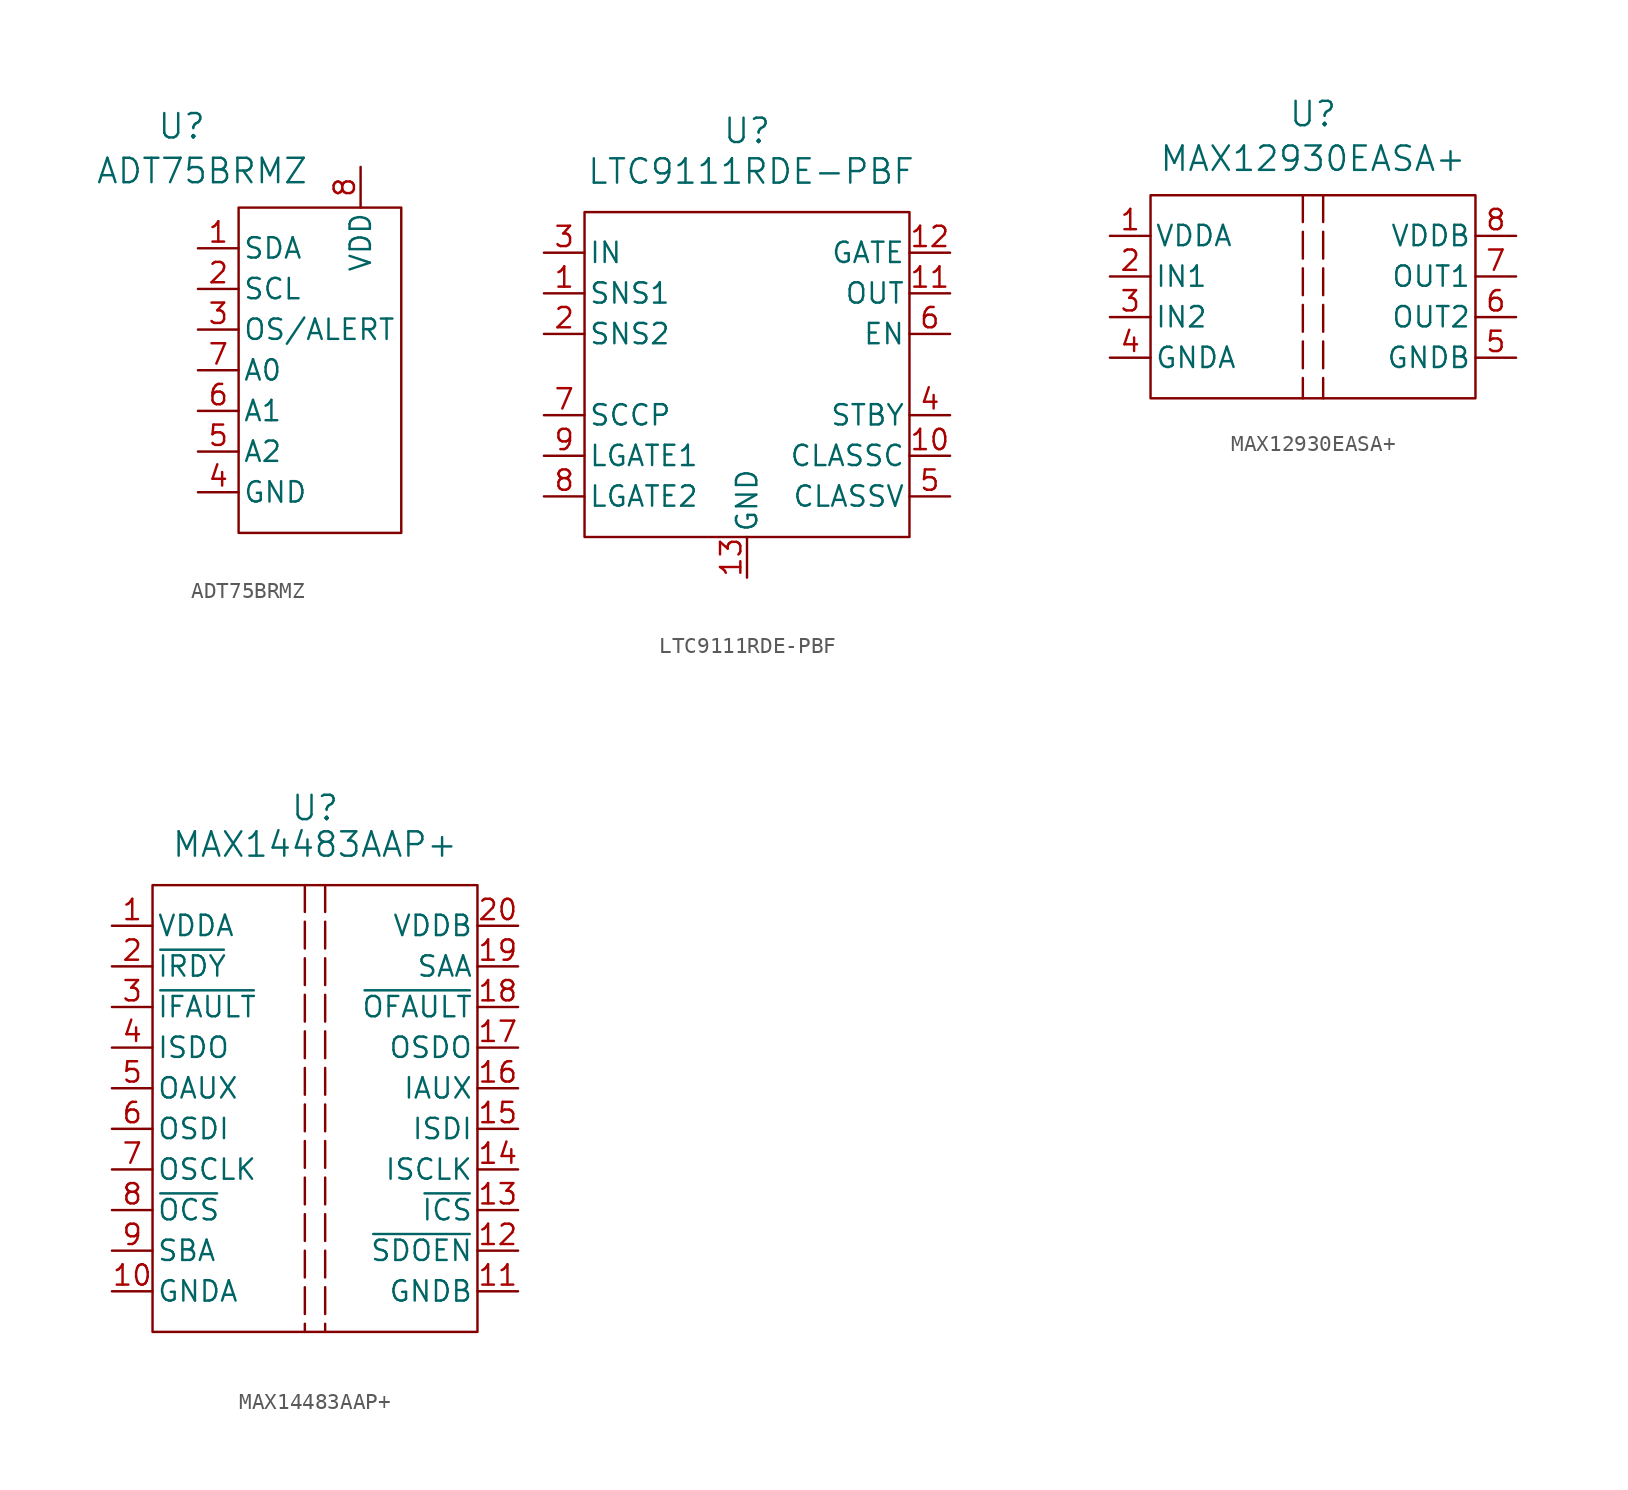
<source format=kicad_sym>
(kicad_symbol_lib
  (version 20231120)
  (generator "kicad_symbol_editor")
  (generator_version "8.0")
  (symbol "ADT75BRMZ"
    (pin_names
      (offset 0.254))
    (property "Reference" "U"
      (at -8.636 15.24 0)
      (effects (font (size 1.524 1.524))))
    (property "Value" "ADT75BRMZ"
      (at -7.366 12.446 0)
      (effects (font (size 1.524 1.524))))
    (symbol "ADT75BRMZ_0_1"
      (pin bidirectional line (at -7.62 7.62 0) (length 2.54) (name "SDA" (effects (font (size 1.27 1.27)))) (number "1" (effects (font (size 1.27 1.27)))))
      (pin unspecified line (at -7.62 2.54 0) (length 2.54) (name "OS/ALERT" (effects (font (size 1.27 1.27)))) (number "3" (effects (font (size 1.27 1.27)))))
      (pin power_in line (at -7.62 -7.62 0) (length 2.54) (name "GND" (effects (font (size 1.27 1.27)))) (number "4" (effects (font (size 1.27 1.27)))))
      (pin input line (at -7.62 -5.08 0) (length 2.54) (name "A2" (effects (font (size 1.27 1.27)))) (number "5" (effects (font (size 1.27 1.27)))))
      (pin input line (at -7.62 -2.54 0) (length 2.54) (name "A1" (effects (font (size 1.27 1.27)))) (number "6" (effects (font (size 1.27 1.27)))))
      (pin input line (at -7.62 0 0) (length 2.54) (name "A0" (effects (font (size 1.27 1.27)))) (number "7" (effects (font (size 1.27 1.27)))))
      (pin power_in line (at 2.54 12.7 270) (length 2.54) (name "VDD" (effects (font (size 1.27 1.27)))) (number "8" (effects (font (size 1.27 1.27))))))
    (symbol "ADT75BRMZ_1_1"
      (rectangle (start -5.08 10.16) (end 5.08 -10.16) (stroke (width 0) (type default)) (fill (type none)))
      (pin input line (at -7.62 5.08 0) (length 2.54) (name "SCL" (effects (font (size 1.27 1.27)))) (number "2" (effects (font (size 1.27 1.27)))))))
  (symbol "LTC9111RDE-PBF"
    (pin_names
      (offset 0.254))
    (property "Reference" "U"
      (at 0 15.24 0)
      (effects (font (size 1.524 1.524))))
    (property "Value" "LTC9111RDE-PBF"
      (at 0.254 12.7 0)
      (effects (font (size 1.524 1.524))))
    (symbol "LTC9111RDE-PBF_0_1"
      (pin input line (at -12.7 5.08 0) (length 2.54) (name "SNS1" (effects (font (size 1.27 1.27)))) (number "1" (effects (font (size 1.27 1.27)))))
      (pin input line (at 12.7 -5.08 180) (length 2.54) (name "CLASSC" (effects (font (size 1.27 1.27)))) (number "10" (effects (font (size 1.27 1.27)))))
      (pin power_in line (at 12.7 5.08 180) (length 2.54) (name "OUT" (effects (font (size 1.27 1.27)))) (number "11" (effects (font (size 1.27 1.27)))))
      (pin power_in line (at 12.7 7.62 180) (length 2.54) (name "GATE" (effects (font (size 1.27 1.27)))) (number "12" (effects (font (size 1.27 1.27)))))
      (pin power_out line (at 0 -12.7 90) (length 2.54) (name "GND" (effects (font (size 1.27 1.27)))) (number "13" (effects (font (size 1.27 1.27)))))
      (pin input line (at -12.7 2.54 0) (length 2.54) (name "SNS2" (effects (font (size 1.27 1.27)))) (number "2" (effects (font (size 1.27 1.27)))))
      (pin power_in line (at -12.7 7.62 0) (length 2.54) (name "IN" (effects (font (size 1.27 1.27)))) (number "3" (effects (font (size 1.27 1.27)))))
      (pin power_in line (at 12.7 -2.54 180) (length 2.54) (name "STBY" (effects (font (size 1.27 1.27)))) (number "4" (effects (font (size 1.27 1.27)))))
      (pin input line (at 12.7 -7.62 180) (length 2.54) (name "CLASSV" (effects (font (size 1.27 1.27)))) (number "5" (effects (font (size 1.27 1.27)))))
      (pin output line (at 12.7 2.54 180) (length 2.54) (name "EN" (effects (font (size 1.27 1.27)))) (number "6" (effects (font (size 1.27 1.27)))))
      (pin power_in line (at -12.7 -2.54 0) (length 2.54) (name "SCCP" (effects (font (size 1.27 1.27)))) (number "7" (effects (font (size 1.27 1.27)))))
      (pin power_in line (at -12.7 -7.62 0) (length 2.54) (name "LGATE2" (effects (font (size 1.27 1.27)))) (number "8" (effects (font (size 1.27 1.27)))))
      (pin power_in line (at -12.7 -5.08 0) (length 2.54) (name "LGATE1" (effects (font (size 1.27 1.27)))) (number "9" (effects (font (size 1.27 1.27))))))
    (symbol "LTC9111RDE-PBF_1_1"
      (rectangle (start -10.16 10.16) (end 10.16 -10.16) (stroke (width 0) (type default)) (fill (type none)))))
  (symbol "MAX12930EASA+"
    (pin_names
      (offset 0.254))
    (property "Reference" "U"
      (at 0 11.43 0)
      (effects (font (size 1.524 1.524))))
    (property "Value" "MAX12930EASA+"
      (at 0 8.636 0)
      (effects (font (size 1.524 1.524))))
    (symbol "MAX12930EASA+_0_1"
      (pin power_in line (at -12.7 3.81 0) (length 2.54) (name "VDDA" (effects (font (size 1.27 1.27)))) (number "1" (effects (font (size 1.27 1.27)))))
      (pin input line (at -12.7 1.27 0) (length 2.54) (name "IN1" (effects (font (size 1.27 1.27)))) (number "2" (effects (font (size 1.27 1.27)))))
      (pin input line (at -12.7 -1.27 0) (length 2.54) (name "IN2" (effects (font (size 1.27 1.27)))) (number "3" (effects (font (size 1.27 1.27)))))
      (pin power_out line (at -12.7 -3.81 0) (length 2.54) (name "GNDA" (effects (font (size 1.27 1.27)))) (number "4" (effects (font (size 1.27 1.27)))))
      (pin power_out line (at 12.7 -3.81 180) (length 2.54) (name "GNDB" (effects (font (size 1.27 1.27)))) (number "5" (effects (font (size 1.27 1.27)))))
      (pin output line (at 12.7 -1.27 180) (length 2.54) (name "OUT2" (effects (font (size 1.27 1.27)))) (number "6" (effects (font (size 1.27 1.27)))))
      (pin output line (at 12.7 1.27 180) (length 2.54) (name "OUT1" (effects (font (size 1.27 1.27)))) (number "7" (effects (font (size 1.27 1.27)))))
      (pin power_in line (at 12.7 3.81 180) (length 2.54) (name "VDDB" (effects (font (size 1.27 1.27)))) (number "8" (effects (font (size 1.27 1.27))))))
    (symbol "MAX12930EASA+_1_1"
      (rectangle (start -10.16 6.35) (end 10.16 -6.35) (stroke (width 0) (type default)) (fill (type none)))
      (polyline (pts (xy -0.635 6.35) (xy -0.635 -6.35)) (stroke (width 0) (type dash)) (fill (type none)))
      (polyline (pts (xy 0.635 6.35) (xy 0.635 -6.35)) (stroke (width 0) (type dash)) (fill (type none)))))
  (symbol "MAX14483AAP+"
    (pin_names
      (offset 0.254))
    (property "Reference" "U"
      (at 0 18.796 0)
      (effects (font (size 1.524 1.524))))
    (property "Value" "MAX14483AAP+"
      (at 0 16.51 0)
      (effects (font (size 1.524 1.524))))
    (symbol "MAX14483AAP+_0_1"
      (pin power_in line (at -12.7 11.43 0) (length 2.54) (name "VDDA" (effects (font (size 1.27 1.27)))) (number "1" (effects (font (size 1.27 1.27)))))
      (pin power_out line (at -12.7 -11.43 0) (length 2.54) (name "GNDA" (effects (font (size 1.27 1.27)))) (number "10" (effects (font (size 1.27 1.27)))))
      (pin power_out line (at 12.7 -11.43 180) (length 2.54) (name "GNDB" (effects (font (size 1.27 1.27)))) (number "11" (effects (font (size 1.27 1.27)))))
      (pin unspecified line (at 12.7 -3.81 180) (length 2.54) (name "ISCLK" (effects (font (size 1.27 1.27)))) (number "14" (effects (font (size 1.27 1.27)))))
      (pin unspecified line (at 12.7 -1.27 180) (length 2.54) (name "ISDI" (effects (font (size 1.27 1.27)))) (number "15" (effects (font (size 1.27 1.27)))))
      (pin unspecified line (at 12.7 1.27 180) (length 2.54) (name "IAUX" (effects (font (size 1.27 1.27)))) (number "16" (effects (font (size 1.27 1.27)))))
      (pin unspecified line (at 12.7 3.81 180) (length 2.54) (name "OSDO" (effects (font (size 1.27 1.27)))) (number "17" (effects (font (size 1.27 1.27)))))
      (pin unspecified line (at 12.7 8.89 180) (length 2.54) (name "SAA" (effects (font (size 1.27 1.27)))) (number "19" (effects (font (size 1.27 1.27)))))
      (pin power_in line (at 12.7 11.43 180) (length 2.54) (name "VDDB" (effects (font (size 1.27 1.27)))) (number "20" (effects (font (size 1.27 1.27)))))
      (pin unspecified line (at -12.7 3.81 0) (length 2.54) (name "ISDO" (effects (font (size 1.27 1.27)))) (number "4" (effects (font (size 1.27 1.27)))))
      (pin unspecified line (at -12.7 1.27 0) (length 2.54) (name "OAUX" (effects (font (size 1.27 1.27)))) (number "5" (effects (font (size 1.27 1.27)))))
      (pin unspecified line (at -12.7 -1.27 0) (length 2.54) (name "OSDI" (effects (font (size 1.27 1.27)))) (number "6" (effects (font (size 1.27 1.27)))))
      (pin unspecified line (at -12.7 -3.81 0) (length 2.54) (name "OSCLK" (effects (font (size 1.27 1.27)))) (number "7" (effects (font (size 1.27 1.27)))))
      (pin unspecified line (at -12.7 -8.89 0) (length 2.54) (name "SBA" (effects (font (size 1.27 1.27)))) (number "9" (effects (font (size 1.27 1.27))))))
    (symbol "MAX14483AAP+_1_1"
      (rectangle (start -10.16 13.97) (end 10.16 -13.97) (stroke (width 0) (type default)) (fill (type none)))
      (polyline (pts (xy -0.635 13.97) (xy -0.635 -13.97)) (stroke (width 0) (type dash)) (fill (type none)))
      (polyline (pts (xy 0.635 13.97) (xy 0.635 -13.97)) (stroke (width 0) (type dash)) (fill (type none)))
      (pin unspecified line (at 12.7 -8.89 180) (length 2.54) (name "~{SDOEN}" (effects (font (size 1.27 1.27)))) (number "12" (effects (font (size 1.27 1.27)))))
      (pin unspecified line (at 12.7 -6.35 180) (length 2.54) (name "~{ICS}" (effects (font (size 1.27 1.27)))) (number "13" (effects (font (size 1.27 1.27)))))
      (pin unspecified line (at 12.7 6.35 180) (length 2.54) (name "~{OFAULT}" (effects (font (size 1.27 1.27)))) (number "18" (effects (font (size 1.27 1.27)))))
      (pin unspecified line (at -12.7 8.89 0) (length 2.54) (name "~{IRDY}" (effects (font (size 1.27 1.27)))) (number "2" (effects (font (size 1.27 1.27)))))
      (pin unspecified line (at -12.7 6.35 0) (length 2.54) (name "~{IFAULT}" (effects (font (size 1.27 1.27)))) (number "3" (effects (font (size 1.27 1.27)))))
      (pin unspecified line (at -12.7 -6.35 0) (length 2.54) (name "~{OCS}" (effects (font (size 1.27 1.27)))) (number "8" (effects (font (size 1.27 1.27))))))))
</source>
